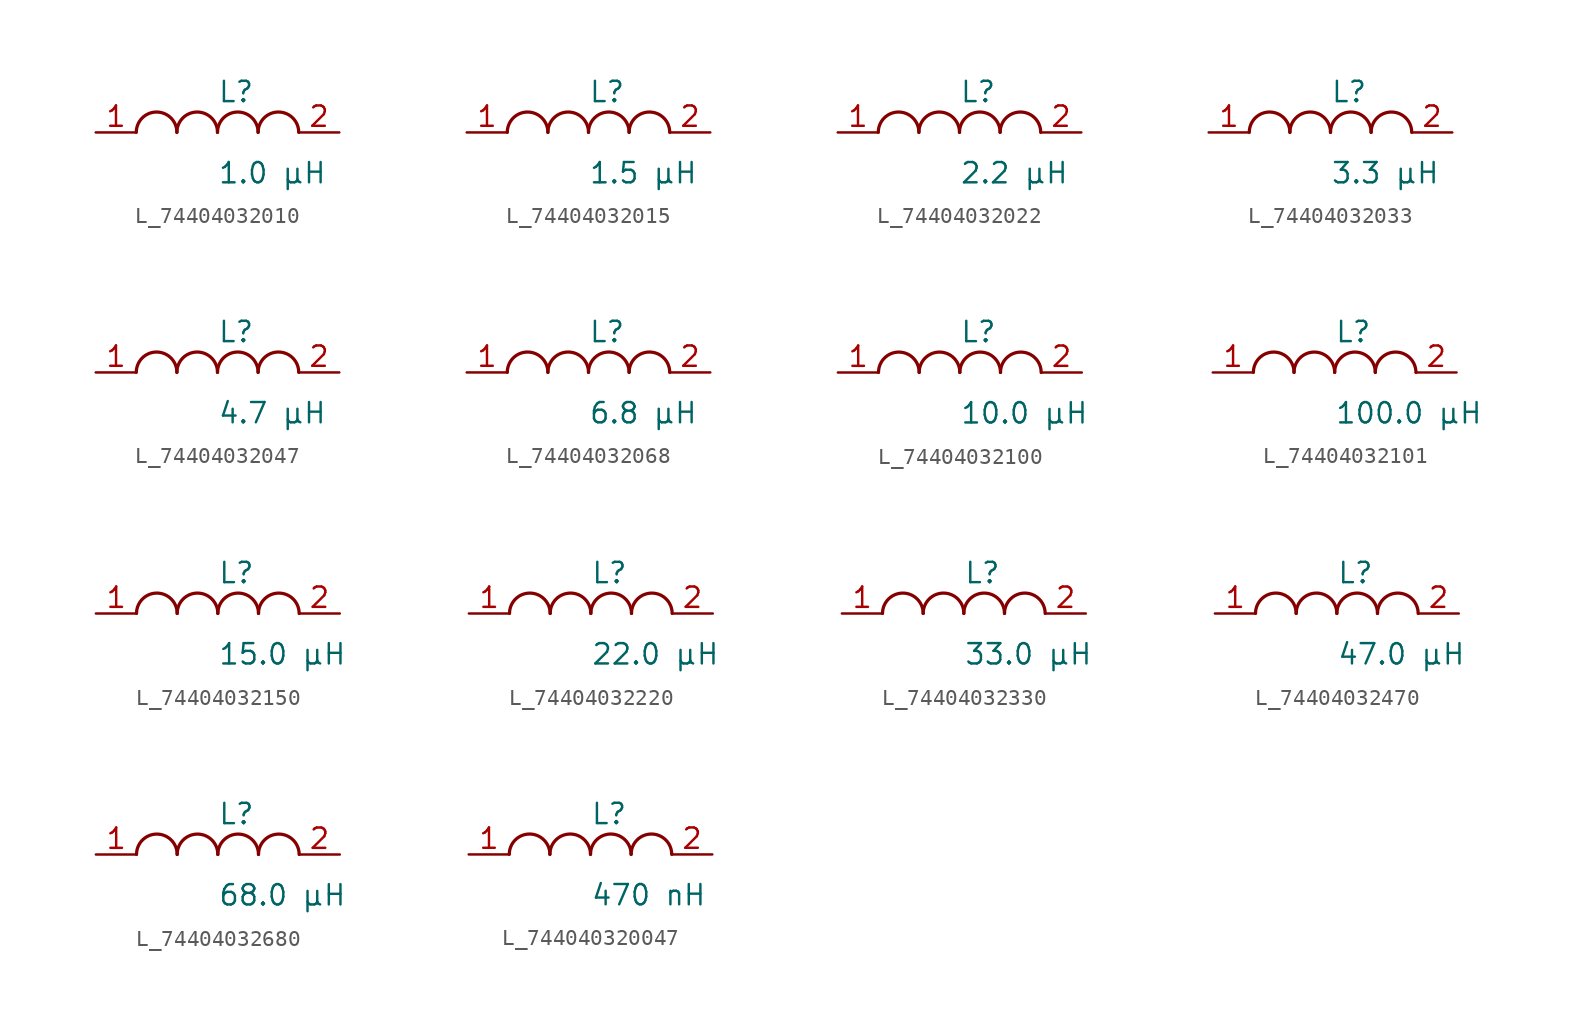
<source format=kicad_sym>
(kicad_symbol_lib
  (version 20231120)
  (generator kicad_symbol_editor)
  (generator_version 8.0)
  (symbol "L_74404032010"
    (pin_names
      (offset 0.254))
    (property "Reference" "L"
      (at 0 2.54 0)
      (effects (font (size 1.27 1.27)) (justify left)))
    (property "Value" "1.0 µH"
      (at 0 -2.54 0)
      (effects (font (size 1.27 1.27)) (justify left)))
    (symbol "L_74404032010_1_1"
      (arc (start -2.54 0.0056) (mid -3.81 1.27) (end -5.08 0.0056) (stroke (width 0.2032) (type default)) (fill (type none)))
      (arc (start 0 0.0056) (mid -1.27 1.27) (end -2.54 0.0056) (stroke (width 0.2032) (type default)) (fill (type none)))
      (arc (start 2.54 0.0056) (mid 1.27 1.27) (end 0 0.0056) (stroke (width 0.2032) (type default)) (fill (type none)))
      (arc (start 5.08 0.0056) (mid 3.81 1.27) (end 2.54 0.0056) (stroke (width 0.2032) (type default)) (fill (type none)))
      (pin passive line (at -7.62 0 0) (length 2.54) (name "" (effects (font (size 1.27 1.27)))) (number "1" (effects (font (size 1.27 1.27)))))
      (pin passive line (at 7.62 0 180) (length 2.54) (name "" (effects (font (size 1.27 1.27)))) (number "2" (effects (font (size 1.27 1.27)))))))
  (symbol "L_74404032015"
    (pin_names
      (offset 0.254))
    (property "Reference" "L"
      (at 0 2.54 0)
      (effects (font (size 1.27 1.27)) (justify left)))
    (property "Value" "1.5 µH"
      (at 0 -2.54 0)
      (effects (font (size 1.27 1.27)) (justify left)))
    (symbol "L_74404032015_1_1"
      (arc (start -2.54 0.0056) (mid -3.81 1.27) (end -5.08 0.0056) (stroke (width 0.2032) (type default)) (fill (type none)))
      (arc (start 0 0.0056) (mid -1.27 1.27) (end -2.54 0.0056) (stroke (width 0.2032) (type default)) (fill (type none)))
      (arc (start 2.54 0.0056) (mid 1.27 1.27) (end 0 0.0056) (stroke (width 0.2032) (type default)) (fill (type none)))
      (arc (start 5.08 0.0056) (mid 3.81 1.27) (end 2.54 0.0056) (stroke (width 0.2032) (type default)) (fill (type none)))
      (pin passive line (at -7.62 0 0) (length 2.54) (name "" (effects (font (size 1.27 1.27)))) (number "1" (effects (font (size 1.27 1.27)))))
      (pin passive line (at 7.62 0 180) (length 2.54) (name "" (effects (font (size 1.27 1.27)))) (number "2" (effects (font (size 1.27 1.27)))))))
  (symbol "L_74404032022"
    (pin_names
      (offset 0.254))
    (property "Reference" "L"
      (at 0 2.54 0)
      (effects (font (size 1.27 1.27)) (justify left)))
    (property "Value" "2.2 µH"
      (at 0 -2.54 0)
      (effects (font (size 1.27 1.27)) (justify left)))
    (symbol "L_74404032022_1_1"
      (arc (start -2.54 0.0056) (mid -3.81 1.27) (end -5.08 0.0056) (stroke (width 0.2032) (type default)) (fill (type none)))
      (arc (start 0 0.0056) (mid -1.27 1.27) (end -2.54 0.0056) (stroke (width 0.2032) (type default)) (fill (type none)))
      (arc (start 2.54 0.0056) (mid 1.27 1.27) (end 0 0.0056) (stroke (width 0.2032) (type default)) (fill (type none)))
      (arc (start 5.08 0.0056) (mid 3.81 1.27) (end 2.54 0.0056) (stroke (width 0.2032) (type default)) (fill (type none)))
      (pin passive line (at -7.62 0 0) (length 2.54) (name "" (effects (font (size 1.27 1.27)))) (number "1" (effects (font (size 1.27 1.27)))))
      (pin passive line (at 7.62 0 180) (length 2.54) (name "" (effects (font (size 1.27 1.27)))) (number "2" (effects (font (size 1.27 1.27)))))))
  (symbol "L_74404032033"
    (pin_names
      (offset 0.254))
    (property "Reference" "L"
      (at 0 2.54 0)
      (effects (font (size 1.27 1.27)) (justify left)))
    (property "Value" "3.3 µH"
      (at 0 -2.54 0)
      (effects (font (size 1.27 1.27)) (justify left)))
    (symbol "L_74404032033_1_1"
      (arc (start -2.54 0.0056) (mid -3.81 1.27) (end -5.08 0.0056) (stroke (width 0.2032) (type default)) (fill (type none)))
      (arc (start 0 0.0056) (mid -1.27 1.27) (end -2.54 0.0056) (stroke (width 0.2032) (type default)) (fill (type none)))
      (arc (start 2.54 0.0056) (mid 1.27 1.27) (end 0 0.0056) (stroke (width 0.2032) (type default)) (fill (type none)))
      (arc (start 5.08 0.0056) (mid 3.81 1.27) (end 2.54 0.0056) (stroke (width 0.2032) (type default)) (fill (type none)))
      (pin passive line (at -7.62 0 0) (length 2.54) (name "" (effects (font (size 1.27 1.27)))) (number "1" (effects (font (size 1.27 1.27)))))
      (pin passive line (at 7.62 0 180) (length 2.54) (name "" (effects (font (size 1.27 1.27)))) (number "2" (effects (font (size 1.27 1.27)))))))
  (symbol "L_74404032047"
    (pin_names
      (offset 0.254))
    (property "Reference" "L"
      (at 0 2.54 0)
      (effects (font (size 1.27 1.27)) (justify left)))
    (property "Value" "4.7 µH"
      (at 0 -2.54 0)
      (effects (font (size 1.27 1.27)) (justify left)))
    (symbol "L_74404032047_1_1"
      (arc (start -2.54 0.0056) (mid -3.81 1.27) (end -5.08 0.0056) (stroke (width 0.2032) (type default)) (fill (type none)))
      (arc (start 0 0.0056) (mid -1.27 1.27) (end -2.54 0.0056) (stroke (width 0.2032) (type default)) (fill (type none)))
      (arc (start 2.54 0.0056) (mid 1.27 1.27) (end 0 0.0056) (stroke (width 0.2032) (type default)) (fill (type none)))
      (arc (start 5.08 0.0056) (mid 3.81 1.27) (end 2.54 0.0056) (stroke (width 0.2032) (type default)) (fill (type none)))
      (pin passive line (at -7.62 0 0) (length 2.54) (name "" (effects (font (size 1.27 1.27)))) (number "1" (effects (font (size 1.27 1.27)))))
      (pin passive line (at 7.62 0 180) (length 2.54) (name "" (effects (font (size 1.27 1.27)))) (number "2" (effects (font (size 1.27 1.27)))))))
  (symbol "L_74404032068"
    (pin_names
      (offset 0.254))
    (property "Reference" "L"
      (at 0 2.54 0)
      (effects (font (size 1.27 1.27)) (justify left)))
    (property "Value" "6.8 µH"
      (at 0 -2.54 0)
      (effects (font (size 1.27 1.27)) (justify left)))
    (symbol "L_74404032068_1_1"
      (arc (start -2.54 0.0056) (mid -3.81 1.27) (end -5.08 0.0056) (stroke (width 0.2032) (type default)) (fill (type none)))
      (arc (start 0 0.0056) (mid -1.27 1.27) (end -2.54 0.0056) (stroke (width 0.2032) (type default)) (fill (type none)))
      (arc (start 2.54 0.0056) (mid 1.27 1.27) (end 0 0.0056) (stroke (width 0.2032) (type default)) (fill (type none)))
      (arc (start 5.08 0.0056) (mid 3.81 1.27) (end 2.54 0.0056) (stroke (width 0.2032) (type default)) (fill (type none)))
      (pin passive line (at -7.62 0 0) (length 2.54) (name "" (effects (font (size 1.27 1.27)))) (number "1" (effects (font (size 1.27 1.27)))))
      (pin passive line (at 7.62 0 180) (length 2.54) (name "" (effects (font (size 1.27 1.27)))) (number "2" (effects (font (size 1.27 1.27)))))))
  (symbol "L_74404032100"
    (pin_names
      (offset 0.254))
    (property "Reference" "L"
      (at 0 2.54 0)
      (effects (font (size 1.27 1.27)) (justify left)))
    (property "Value" "10.0 µH"
      (at 0 -2.54 0)
      (effects (font (size 1.27 1.27)) (justify left)))
    (symbol "L_74404032100_1_1"
      (arc (start -2.54 0.0056) (mid -3.81 1.27) (end -5.08 0.0056) (stroke (width 0.2032) (type default)) (fill (type none)))
      (arc (start 0 0.0056) (mid -1.27 1.27) (end -2.54 0.0056) (stroke (width 0.2032) (type default)) (fill (type none)))
      (arc (start 2.54 0.0056) (mid 1.27 1.27) (end 0 0.0056) (stroke (width 0.2032) (type default)) (fill (type none)))
      (arc (start 5.08 0.0056) (mid 3.81 1.27) (end 2.54 0.0056) (stroke (width 0.2032) (type default)) (fill (type none)))
      (pin passive line (at -7.62 0 0) (length 2.54) (name "" (effects (font (size 1.27 1.27)))) (number "1" (effects (font (size 1.27 1.27)))))
      (pin passive line (at 7.62 0 180) (length 2.54) (name "" (effects (font (size 1.27 1.27)))) (number "2" (effects (font (size 1.27 1.27)))))))
  (symbol "L_74404032101"
    (pin_names
      (offset 0.254))
    (property "Reference" "L"
      (at 0 2.54 0)
      (effects (font (size 1.27 1.27)) (justify left)))
    (property "Value" "100.0 µH"
      (at 0 -2.54 0)
      (effects (font (size 1.27 1.27)) (justify left)))
    (symbol "L_74404032101_1_1"
      (arc (start -2.54 0.0056) (mid -3.81 1.27) (end -5.08 0.0056) (stroke (width 0.2032) (type default)) (fill (type none)))
      (arc (start 0 0.0056) (mid -1.27 1.27) (end -2.54 0.0056) (stroke (width 0.2032) (type default)) (fill (type none)))
      (arc (start 2.54 0.0056) (mid 1.27 1.27) (end 0 0.0056) (stroke (width 0.2032) (type default)) (fill (type none)))
      (arc (start 5.08 0.0056) (mid 3.81 1.27) (end 2.54 0.0056) (stroke (width 0.2032) (type default)) (fill (type none)))
      (pin passive line (at -7.62 0 0) (length 2.54) (name "" (effects (font (size 1.27 1.27)))) (number "1" (effects (font (size 1.27 1.27)))))
      (pin passive line (at 7.62 0 180) (length 2.54) (name "" (effects (font (size 1.27 1.27)))) (number "2" (effects (font (size 1.27 1.27)))))))
  (symbol "L_74404032150"
    (pin_names
      (offset 0.254))
    (property "Reference" "L"
      (at 0 2.54 0)
      (effects (font (size 1.27 1.27)) (justify left)))
    (property "Value" "15.0 µH"
      (at 0 -2.54 0)
      (effects (font (size 1.27 1.27)) (justify left)))
    (symbol "L_74404032150_1_1"
      (arc (start -2.54 0.0056) (mid -3.81 1.27) (end -5.08 0.0056) (stroke (width 0.2032) (type default)) (fill (type none)))
      (arc (start 0 0.0056) (mid -1.27 1.27) (end -2.54 0.0056) (stroke (width 0.2032) (type default)) (fill (type none)))
      (arc (start 2.54 0.0056) (mid 1.27 1.27) (end 0 0.0056) (stroke (width 0.2032) (type default)) (fill (type none)))
      (arc (start 5.08 0.0056) (mid 3.81 1.27) (end 2.54 0.0056) (stroke (width 0.2032) (type default)) (fill (type none)))
      (pin passive line (at -7.62 0 0) (length 2.54) (name "" (effects (font (size 1.27 1.27)))) (number "1" (effects (font (size 1.27 1.27)))))
      (pin passive line (at 7.62 0 180) (length 2.54) (name "" (effects (font (size 1.27 1.27)))) (number "2" (effects (font (size 1.27 1.27)))))))
  (symbol "L_74404032220"
    (pin_names
      (offset 0.254))
    (property "Reference" "L"
      (at 0 2.54 0)
      (effects (font (size 1.27 1.27)) (justify left)))
    (property "Value" "22.0 µH"
      (at 0 -2.54 0)
      (effects (font (size 1.27 1.27)) (justify left)))
    (symbol "L_74404032220_1_1"
      (arc (start -2.54 0.0056) (mid -3.81 1.27) (end -5.08 0.0056) (stroke (width 0.2032) (type default)) (fill (type none)))
      (arc (start 0 0.0056) (mid -1.27 1.27) (end -2.54 0.0056) (stroke (width 0.2032) (type default)) (fill (type none)))
      (arc (start 2.54 0.0056) (mid 1.27 1.27) (end 0 0.0056) (stroke (width 0.2032) (type default)) (fill (type none)))
      (arc (start 5.08 0.0056) (mid 3.81 1.27) (end 2.54 0.0056) (stroke (width 0.2032) (type default)) (fill (type none)))
      (pin passive line (at -7.62 0 0) (length 2.54) (name "" (effects (font (size 1.27 1.27)))) (number "1" (effects (font (size 1.27 1.27)))))
      (pin passive line (at 7.62 0 180) (length 2.54) (name "" (effects (font (size 1.27 1.27)))) (number "2" (effects (font (size 1.27 1.27)))))))
  (symbol "L_74404032330"
    (pin_names
      (offset 0.254))
    (property "Reference" "L"
      (at 0 2.54 0)
      (effects (font (size 1.27 1.27)) (justify left)))
    (property "Value" "33.0 µH"
      (at 0 -2.54 0)
      (effects (font (size 1.27 1.27)) (justify left)))
    (symbol "L_74404032330_1_1"
      (arc (start -2.54 0.0056) (mid -3.81 1.27) (end -5.08 0.0056) (stroke (width 0.2032) (type default)) (fill (type none)))
      (arc (start 0 0.0056) (mid -1.27 1.27) (end -2.54 0.0056) (stroke (width 0.2032) (type default)) (fill (type none)))
      (arc (start 2.54 0.0056) (mid 1.27 1.27) (end 0 0.0056) (stroke (width 0.2032) (type default)) (fill (type none)))
      (arc (start 5.08 0.0056) (mid 3.81 1.27) (end 2.54 0.0056) (stroke (width 0.2032) (type default)) (fill (type none)))
      (pin passive line (at -7.62 0 0) (length 2.54) (name "" (effects (font (size 1.27 1.27)))) (number "1" (effects (font (size 1.27 1.27)))))
      (pin passive line (at 7.62 0 180) (length 2.54) (name "" (effects (font (size 1.27 1.27)))) (number "2" (effects (font (size 1.27 1.27)))))))
  (symbol "L_74404032470"
    (pin_names
      (offset 0.254))
    (property "Reference" "L"
      (at 0 2.54 0)
      (effects (font (size 1.27 1.27)) (justify left)))
    (property "Value" "47.0 µH"
      (at 0 -2.54 0)
      (effects (font (size 1.27 1.27)) (justify left)))
    (symbol "L_74404032470_1_1"
      (arc (start -2.54 0.0056) (mid -3.81 1.27) (end -5.08 0.0056) (stroke (width 0.2032) (type default)) (fill (type none)))
      (arc (start 0 0.0056) (mid -1.27 1.27) (end -2.54 0.0056) (stroke (width 0.2032) (type default)) (fill (type none)))
      (arc (start 2.54 0.0056) (mid 1.27 1.27) (end 0 0.0056) (stroke (width 0.2032) (type default)) (fill (type none)))
      (arc (start 5.08 0.0056) (mid 3.81 1.27) (end 2.54 0.0056) (stroke (width 0.2032) (type default)) (fill (type none)))
      (pin passive line (at -7.62 0 0) (length 2.54) (name "" (effects (font (size 1.27 1.27)))) (number "1" (effects (font (size 1.27 1.27)))))
      (pin passive line (at 7.62 0 180) (length 2.54) (name "" (effects (font (size 1.27 1.27)))) (number "2" (effects (font (size 1.27 1.27)))))))
  (symbol "L_74404032680"
    (pin_names
      (offset 0.254))
    (property "Reference" "L"
      (at 0 2.54 0)
      (effects (font (size 1.27 1.27)) (justify left)))
    (property "Value" "68.0 µH"
      (at 0 -2.54 0)
      (effects (font (size 1.27 1.27)) (justify left)))
    (symbol "L_74404032680_1_1"
      (arc (start -2.54 0.0056) (mid -3.81 1.27) (end -5.08 0.0056) (stroke (width 0.2032) (type default)) (fill (type none)))
      (arc (start 0 0.0056) (mid -1.27 1.27) (end -2.54 0.0056) (stroke (width 0.2032) (type default)) (fill (type none)))
      (arc (start 2.54 0.0056) (mid 1.27 1.27) (end 0 0.0056) (stroke (width 0.2032) (type default)) (fill (type none)))
      (arc (start 5.08 0.0056) (mid 3.81 1.27) (end 2.54 0.0056) (stroke (width 0.2032) (type default)) (fill (type none)))
      (pin passive line (at -7.62 0 0) (length 2.54) (name "" (effects (font (size 1.27 1.27)))) (number "1" (effects (font (size 1.27 1.27)))))
      (pin passive line (at 7.62 0 180) (length 2.54) (name "" (effects (font (size 1.27 1.27)))) (number "2" (effects (font (size 1.27 1.27)))))))
  (symbol "L_744040320047"
    (pin_names
      (offset 0.254))
    (property "Reference" "L"
      (at 0 2.54 0)
      (effects (font (size 1.27 1.27)) (justify left)))
    (property "Value" "470 nH"
      (at 0 -2.54 0)
      (effects (font (size 1.27 1.27)) (justify left)))
    (symbol "L_744040320047_1_1"
      (arc (start -2.54 0.0056) (mid -3.81 1.27) (end -5.08 0.0056) (stroke (width 0.2032) (type default)) (fill (type none)))
      (arc (start 0 0.0056) (mid -1.27 1.27) (end -2.54 0.0056) (stroke (width 0.2032) (type default)) (fill (type none)))
      (arc (start 2.54 0.0056) (mid 1.27 1.27) (end 0 0.0056) (stroke (width 0.2032) (type default)) (fill (type none)))
      (arc (start 5.08 0.0056) (mid 3.81 1.27) (end 2.54 0.0056) (stroke (width 0.2032) (type default)) (fill (type none)))
      (pin passive line (at -7.62 0 0) (length 2.54) (name "" (effects (font (size 1.27 1.27)))) (number "1" (effects (font (size 1.27 1.27)))))
      (pin passive line (at 7.62 0 180) (length 2.54) (name "" (effects (font (size 1.27 1.27)))) (number "2" (effects (font (size 1.27 1.27))))))))
</source>
